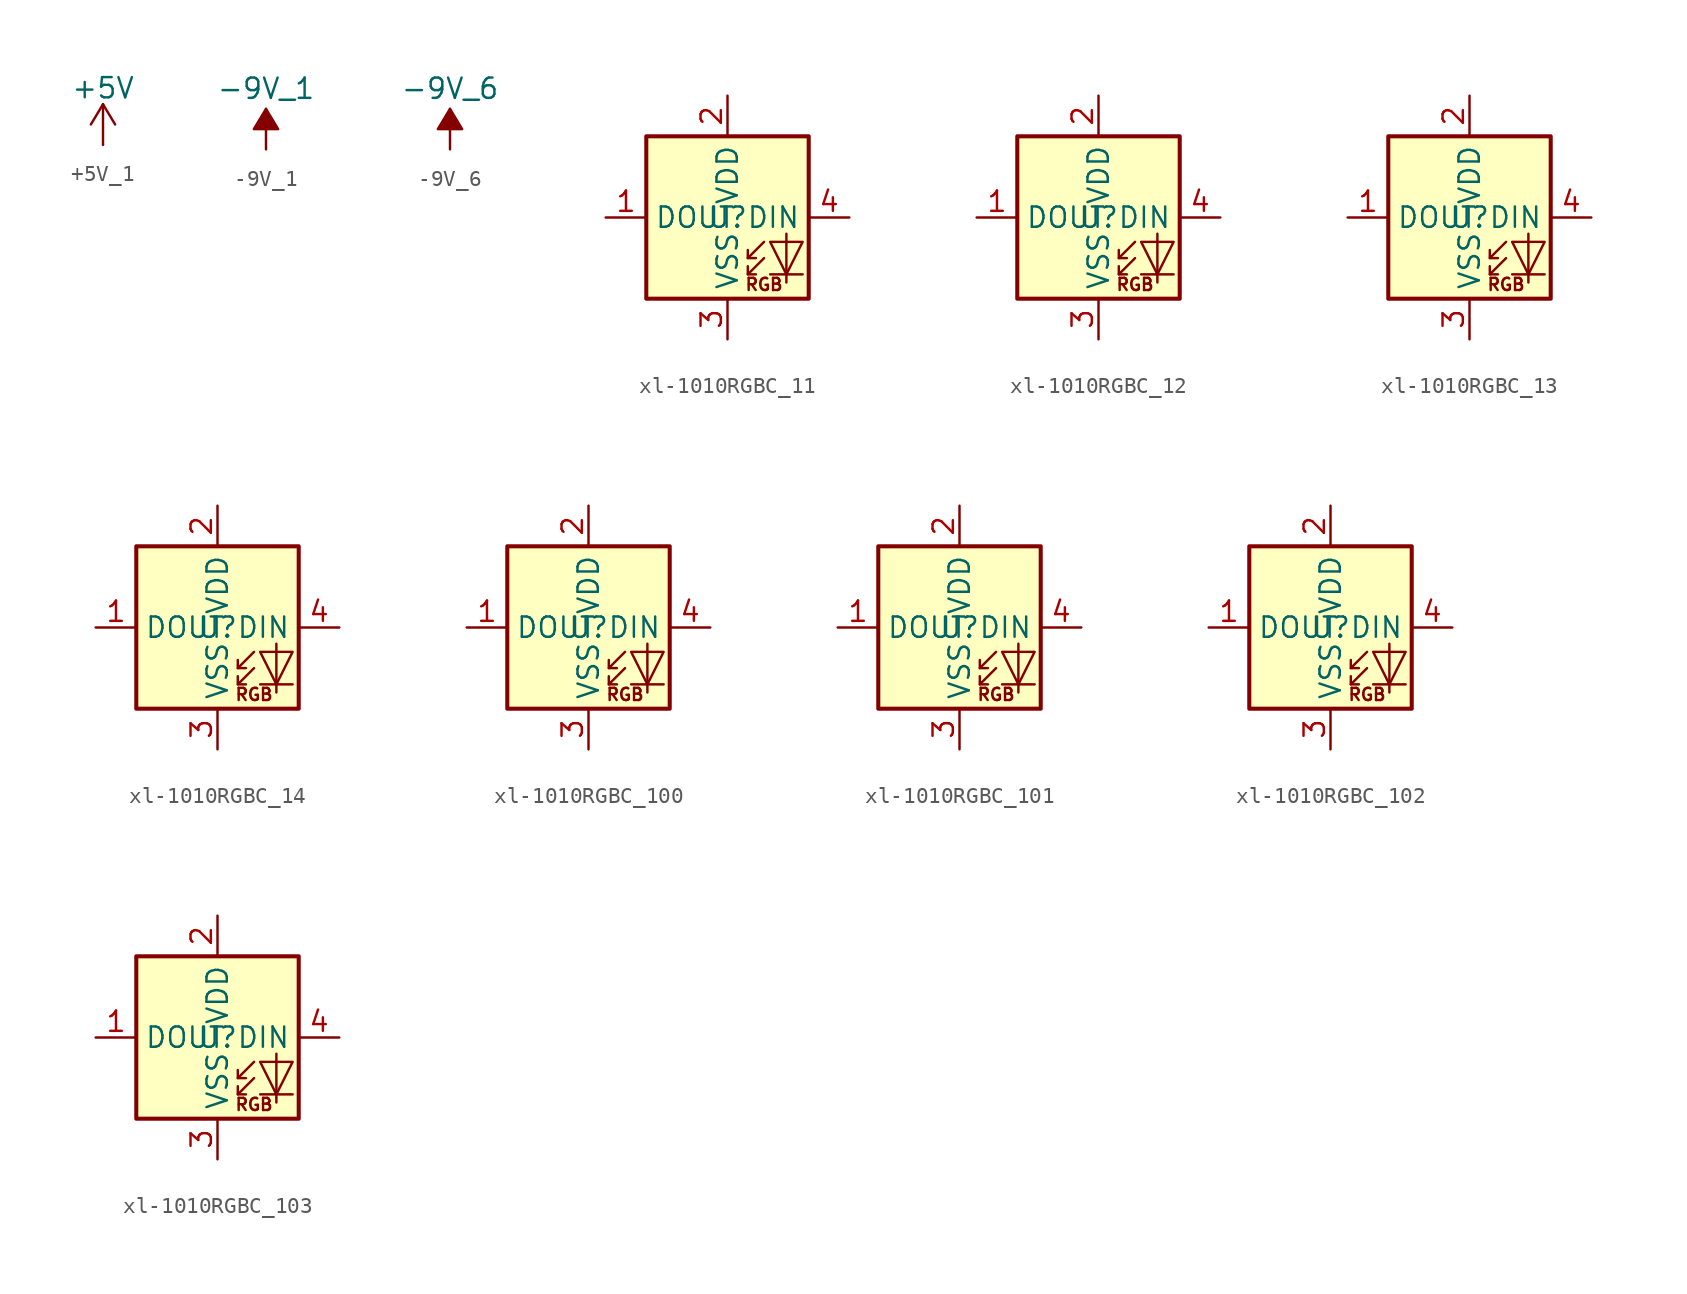
<source format=kicad_sym>
(kicad_symbol_lib
  (version 20231120)
  (generator "kicad_symbol_editor")
  (generator_version "8.0")
  (symbol "+5V_1"
    (power)
    (pin_numbers hide)
    (pin_names
      (offset 0) hide)
    (property "Reference" "#PWR"
      (at 0 -3.81 0)
      (effects (font (size 1.27 1.27)) (hide yes)))
    (property "Value" "+5V"
      (at 0 3.556 0)
      (effects (font (size 1.27 1.27))))
    (symbol "+5V_1_0_1"
      (polyline (pts (xy -0.762 1.27) (xy 0 2.54)) (stroke (width 0) (type default)) (fill (type none)))
      (polyline (pts (xy 0 0) (xy 0 2.54)) (stroke (width 0) (type default)) (fill (type none)))
      (polyline (pts (xy 0 2.54) (xy 0.762 1.27)) (stroke (width 0) (type default)) (fill (type none))))
    (symbol "+5V_1_1_1"
      (pin power_in line (at 0 0 90) (length 0) (name "~" (effects (font (size 1.27 1.27)))) (number "1" (effects (font (size 1.27 1.27)))))))
  (symbol "-9V_1"
    (power)
    (pin_names
      (offset 0))
    (property "Reference" "#PWR"
      (at 0 -3.175 0)
      (effects (font (size 1.27 1.27)) (hide yes)))
    (property "Value" "-9V_1"
      (at 0 3.81 0)
      (effects (font (size 1.27 1.27))))
    (symbol "-9V_1_0_1"
      (polyline (pts (xy 0 0) (xy 0 2.54)) (stroke (width 0) (type default)) (fill (type none)))
      (polyline (pts (xy 0.762 1.27) (xy -0.762 1.27) (xy 0 2.54) (xy 0.762 1.27)) (stroke (width 0) (type default)) (fill (type outline))))
    (symbol "-9V_1_1_1"
      (pin power_in line (at 0 0 90) (length 0) hide (name "-9V" (effects (font (size 1.27 1.27)))) (number "1" (effects (font (size 1.27 1.27)))))))
  (symbol "-9V_6"
    (power)
    (pin_names
      (offset 0))
    (property "Reference" "#PWR"
      (at 0 -3.175 0)
      (effects (font (size 1.27 1.27)) (hide yes)))
    (property "Value" "-9V_6"
      (at 0 3.81 0)
      (effects (font (size 1.27 1.27))))
    (symbol "-9V_6_0_1"
      (polyline (pts (xy 0 0) (xy 0 2.54)) (stroke (width 0) (type default)) (fill (type none)))
      (polyline (pts (xy 0.762 1.27) (xy -0.762 1.27) (xy 0 2.54) (xy 0.762 1.27)) (stroke (width 0) (type default)) (fill (type outline))))
    (symbol "-9V_6_1_1"
      (pin power_in line (at 0 0 90) (length 0) hide (name "-9V" (effects (font (size 1.27 1.27)))) (number "1" (effects (font (size 1.27 1.27)))))))
  (symbol "xl-1010RGBC_11"
    (property "Reference" "U"
      (at 0 0 0)
      (effects (font (size 1.27 1.27))))
    (property "Value" ""
      (at 0 0 0)
      (effects (font (size 1.27 1.27))))
    (symbol "xl-1010RGBC_11_0_0"
      (text "RGB" (at 2.286 -4.191 0) (effects (font (size 0.762 0.762)))))
    (symbol "xl-1010RGBC_11_0_1"
      (polyline (pts (xy 1.27 -3.556) (xy 1.778 -3.556)) (stroke (width 0) (type default)) (fill (type none)))
      (polyline (pts (xy 1.27 -2.54) (xy 1.778 -2.54)) (stroke (width 0) (type default)) (fill (type none)))
      (polyline (pts (xy 4.699 -3.556) (xy 2.667 -3.556)) (stroke (width 0) (type default)) (fill (type none)))
      (polyline (pts (xy 2.286 -2.54) (xy 1.27 -3.556) (xy 1.27 -3.048)) (stroke (width 0) (type default)) (fill (type none)))
      (polyline (pts (xy 2.286 -1.524) (xy 1.27 -2.54) (xy 1.27 -2.032)) (stroke (width 0) (type default)) (fill (type none)))
      (polyline (pts (xy 3.683 -1.016) (xy 3.683 -3.556) (xy 3.683 -4.064)) (stroke (width 0) (type default)) (fill (type none)))
      (polyline (pts (xy 4.699 -1.524) (xy 2.667 -1.524) (xy 3.683 -3.556) (xy 4.699 -1.524)) (stroke (width 0) (type default)) (fill (type none)))
      (rectangle (start 5.08 5.08) (end -5.08 -5.08) (stroke (width 0.254) (type default)) (fill (type background))))
    (symbol "xl-1010RGBC_11_1_1"
      (pin output line (at -7.62 0 0) (length 2.54) (name "DOUT" (effects (font (size 1.27 1.27)))) (number "1" (effects (font (size 1.27 1.27)))))
      (pin power_in line (at 0 7.62 270) (length 2.54) (name "VDD" (effects (font (size 1.27 1.27)))) (number "2" (effects (font (size 1.27 1.27)))))
      (pin power_in line (at 0 -7.62 90) (length 2.54) (name "VSS" (effects (font (size 1.27 1.27)))) (number "3" (effects (font (size 1.27 1.27)))))
      (pin input line (at 7.62 0 180) (length 2.54) (name "DIN" (effects (font (size 1.27 1.27)))) (number "4" (effects (font (size 1.27 1.27)))))))
  (symbol "xl-1010RGBC_12"
    (property "Reference" "U"
      (at 0 0 0)
      (effects (font (size 1.27 1.27))))
    (property "Value" ""
      (at 0 0 0)
      (effects (font (size 1.27 1.27))))
    (symbol "xl-1010RGBC_12_0_0"
      (text "RGB" (at 2.286 -4.191 0) (effects (font (size 0.762 0.762)))))
    (symbol "xl-1010RGBC_12_0_1"
      (polyline (pts (xy 1.27 -3.556) (xy 1.778 -3.556)) (stroke (width 0) (type default)) (fill (type none)))
      (polyline (pts (xy 1.27 -2.54) (xy 1.778 -2.54)) (stroke (width 0) (type default)) (fill (type none)))
      (polyline (pts (xy 4.699 -3.556) (xy 2.667 -3.556)) (stroke (width 0) (type default)) (fill (type none)))
      (polyline (pts (xy 2.286 -2.54) (xy 1.27 -3.556) (xy 1.27 -3.048)) (stroke (width 0) (type default)) (fill (type none)))
      (polyline (pts (xy 2.286 -1.524) (xy 1.27 -2.54) (xy 1.27 -2.032)) (stroke (width 0) (type default)) (fill (type none)))
      (polyline (pts (xy 3.683 -1.016) (xy 3.683 -3.556) (xy 3.683 -4.064)) (stroke (width 0) (type default)) (fill (type none)))
      (polyline (pts (xy 4.699 -1.524) (xy 2.667 -1.524) (xy 3.683 -3.556) (xy 4.699 -1.524)) (stroke (width 0) (type default)) (fill (type none)))
      (rectangle (start 5.08 5.08) (end -5.08 -5.08) (stroke (width 0.254) (type default)) (fill (type background))))
    (symbol "xl-1010RGBC_12_1_1"
      (pin output line (at -7.62 0 0) (length 2.54) (name "DOUT" (effects (font (size 1.27 1.27)))) (number "1" (effects (font (size 1.27 1.27)))))
      (pin power_in line (at 0 7.62 270) (length 2.54) (name "VDD" (effects (font (size 1.27 1.27)))) (number "2" (effects (font (size 1.27 1.27)))))
      (pin power_in line (at 0 -7.62 90) (length 2.54) (name "VSS" (effects (font (size 1.27 1.27)))) (number "3" (effects (font (size 1.27 1.27)))))
      (pin input line (at 7.62 0 180) (length 2.54) (name "DIN" (effects (font (size 1.27 1.27)))) (number "4" (effects (font (size 1.27 1.27)))))))
  (symbol "xl-1010RGBC_13"
    (property "Reference" "U"
      (at 0 0 0)
      (effects (font (size 1.27 1.27))))
    (property "Value" ""
      (at 0 0 0)
      (effects (font (size 1.27 1.27))))
    (symbol "xl-1010RGBC_13_0_0"
      (text "RGB" (at 2.286 -4.191 0) (effects (font (size 0.762 0.762)))))
    (symbol "xl-1010RGBC_13_0_1"
      (polyline (pts (xy 1.27 -3.556) (xy 1.778 -3.556)) (stroke (width 0) (type default)) (fill (type none)))
      (polyline (pts (xy 1.27 -2.54) (xy 1.778 -2.54)) (stroke (width 0) (type default)) (fill (type none)))
      (polyline (pts (xy 4.699 -3.556) (xy 2.667 -3.556)) (stroke (width 0) (type default)) (fill (type none)))
      (polyline (pts (xy 2.286 -2.54) (xy 1.27 -3.556) (xy 1.27 -3.048)) (stroke (width 0) (type default)) (fill (type none)))
      (polyline (pts (xy 2.286 -1.524) (xy 1.27 -2.54) (xy 1.27 -2.032)) (stroke (width 0) (type default)) (fill (type none)))
      (polyline (pts (xy 3.683 -1.016) (xy 3.683 -3.556) (xy 3.683 -4.064)) (stroke (width 0) (type default)) (fill (type none)))
      (polyline (pts (xy 4.699 -1.524) (xy 2.667 -1.524) (xy 3.683 -3.556) (xy 4.699 -1.524)) (stroke (width 0) (type default)) (fill (type none)))
      (rectangle (start 5.08 5.08) (end -5.08 -5.08) (stroke (width 0.254) (type default)) (fill (type background))))
    (symbol "xl-1010RGBC_13_1_1"
      (pin output line (at -7.62 0 0) (length 2.54) (name "DOUT" (effects (font (size 1.27 1.27)))) (number "1" (effects (font (size 1.27 1.27)))))
      (pin power_in line (at 0 7.62 270) (length 2.54) (name "VDD" (effects (font (size 1.27 1.27)))) (number "2" (effects (font (size 1.27 1.27)))))
      (pin power_in line (at 0 -7.62 90) (length 2.54) (name "VSS" (effects (font (size 1.27 1.27)))) (number "3" (effects (font (size 1.27 1.27)))))
      (pin input line (at 7.62 0 180) (length 2.54) (name "DIN" (effects (font (size 1.27 1.27)))) (number "4" (effects (font (size 1.27 1.27)))))))
  (symbol "xl-1010RGBC_14"
    (property "Reference" "U"
      (at 0 0 0)
      (effects (font (size 1.27 1.27))))
    (property "Value" ""
      (at 0 0 0)
      (effects (font (size 1.27 1.27))))
    (symbol "xl-1010RGBC_14_0_0"
      (text "RGB" (at 2.286 -4.191 0) (effects (font (size 0.762 0.762)))))
    (symbol "xl-1010RGBC_14_0_1"
      (polyline (pts (xy 1.27 -3.556) (xy 1.778 -3.556)) (stroke (width 0) (type default)) (fill (type none)))
      (polyline (pts (xy 1.27 -2.54) (xy 1.778 -2.54)) (stroke (width 0) (type default)) (fill (type none)))
      (polyline (pts (xy 4.699 -3.556) (xy 2.667 -3.556)) (stroke (width 0) (type default)) (fill (type none)))
      (polyline (pts (xy 2.286 -2.54) (xy 1.27 -3.556) (xy 1.27 -3.048)) (stroke (width 0) (type default)) (fill (type none)))
      (polyline (pts (xy 2.286 -1.524) (xy 1.27 -2.54) (xy 1.27 -2.032)) (stroke (width 0) (type default)) (fill (type none)))
      (polyline (pts (xy 3.683 -1.016) (xy 3.683 -3.556) (xy 3.683 -4.064)) (stroke (width 0) (type default)) (fill (type none)))
      (polyline (pts (xy 4.699 -1.524) (xy 2.667 -1.524) (xy 3.683 -3.556) (xy 4.699 -1.524)) (stroke (width 0) (type default)) (fill (type none)))
      (rectangle (start 5.08 5.08) (end -5.08 -5.08) (stroke (width 0.254) (type default)) (fill (type background))))
    (symbol "xl-1010RGBC_14_1_1"
      (pin output line (at -7.62 0 0) (length 2.54) (name "DOUT" (effects (font (size 1.27 1.27)))) (number "1" (effects (font (size 1.27 1.27)))))
      (pin power_in line (at 0 7.62 270) (length 2.54) (name "VDD" (effects (font (size 1.27 1.27)))) (number "2" (effects (font (size 1.27 1.27)))))
      (pin power_in line (at 0 -7.62 90) (length 2.54) (name "VSS" (effects (font (size 1.27 1.27)))) (number "3" (effects (font (size 1.27 1.27)))))
      (pin input line (at 7.62 0 180) (length 2.54) (name "DIN" (effects (font (size 1.27 1.27)))) (number "4" (effects (font (size 1.27 1.27)))))))
  (symbol "xl-1010RGBC_100"
    (property "Reference" "U"
      (at 0 0 0)
      (effects (font (size 1.27 1.27))))
    (property "Value" ""
      (at 0 0 0)
      (effects (font (size 1.27 1.27))))
    (symbol "xl-1010RGBC_100_0_0"
      (text "RGB" (at 2.286 -4.191 0) (effects (font (size 0.762 0.762)))))
    (symbol "xl-1010RGBC_100_0_1"
      (polyline (pts (xy 1.27 -3.556) (xy 1.778 -3.556)) (stroke (width 0) (type default)) (fill (type none)))
      (polyline (pts (xy 1.27 -2.54) (xy 1.778 -2.54)) (stroke (width 0) (type default)) (fill (type none)))
      (polyline (pts (xy 4.699 -3.556) (xy 2.667 -3.556)) (stroke (width 0) (type default)) (fill (type none)))
      (polyline (pts (xy 2.286 -2.54) (xy 1.27 -3.556) (xy 1.27 -3.048)) (stroke (width 0) (type default)) (fill (type none)))
      (polyline (pts (xy 2.286 -1.524) (xy 1.27 -2.54) (xy 1.27 -2.032)) (stroke (width 0) (type default)) (fill (type none)))
      (polyline (pts (xy 3.683 -1.016) (xy 3.683 -3.556) (xy 3.683 -4.064)) (stroke (width 0) (type default)) (fill (type none)))
      (polyline (pts (xy 4.699 -1.524) (xy 2.667 -1.524) (xy 3.683 -3.556) (xy 4.699 -1.524)) (stroke (width 0) (type default)) (fill (type none)))
      (rectangle (start 5.08 5.08) (end -5.08 -5.08) (stroke (width 0.254) (type default)) (fill (type background))))
    (symbol "xl-1010RGBC_100_1_1"
      (pin output line (at -7.62 0 0) (length 2.54) (name "DOUT" (effects (font (size 1.27 1.27)))) (number "1" (effects (font (size 1.27 1.27)))))
      (pin power_in line (at 0 7.62 270) (length 2.54) (name "VDD" (effects (font (size 1.27 1.27)))) (number "2" (effects (font (size 1.27 1.27)))))
      (pin power_in line (at 0 -7.62 90) (length 2.54) (name "VSS" (effects (font (size 1.27 1.27)))) (number "3" (effects (font (size 1.27 1.27)))))
      (pin input line (at 7.62 0 180) (length 2.54) (name "DIN" (effects (font (size 1.27 1.27)))) (number "4" (effects (font (size 1.27 1.27)))))))
  (symbol "xl-1010RGBC_101"
    (property "Reference" "U"
      (at 0 0 0)
      (effects (font (size 1.27 1.27))))
    (property "Value" ""
      (at 0 0 0)
      (effects (font (size 1.27 1.27))))
    (symbol "xl-1010RGBC_101_0_0"
      (text "RGB" (at 2.286 -4.191 0) (effects (font (size 0.762 0.762)))))
    (symbol "xl-1010RGBC_101_0_1"
      (polyline (pts (xy 1.27 -3.556) (xy 1.778 -3.556)) (stroke (width 0) (type default)) (fill (type none)))
      (polyline (pts (xy 1.27 -2.54) (xy 1.778 -2.54)) (stroke (width 0) (type default)) (fill (type none)))
      (polyline (pts (xy 4.699 -3.556) (xy 2.667 -3.556)) (stroke (width 0) (type default)) (fill (type none)))
      (polyline (pts (xy 2.286 -2.54) (xy 1.27 -3.556) (xy 1.27 -3.048)) (stroke (width 0) (type default)) (fill (type none)))
      (polyline (pts (xy 2.286 -1.524) (xy 1.27 -2.54) (xy 1.27 -2.032)) (stroke (width 0) (type default)) (fill (type none)))
      (polyline (pts (xy 3.683 -1.016) (xy 3.683 -3.556) (xy 3.683 -4.064)) (stroke (width 0) (type default)) (fill (type none)))
      (polyline (pts (xy 4.699 -1.524) (xy 2.667 -1.524) (xy 3.683 -3.556) (xy 4.699 -1.524)) (stroke (width 0) (type default)) (fill (type none)))
      (rectangle (start 5.08 5.08) (end -5.08 -5.08) (stroke (width 0.254) (type default)) (fill (type background))))
    (symbol "xl-1010RGBC_101_1_1"
      (pin output line (at -7.62 0 0) (length 2.54) (name "DOUT" (effects (font (size 1.27 1.27)))) (number "1" (effects (font (size 1.27 1.27)))))
      (pin power_in line (at 0 7.62 270) (length 2.54) (name "VDD" (effects (font (size 1.27 1.27)))) (number "2" (effects (font (size 1.27 1.27)))))
      (pin power_in line (at 0 -7.62 90) (length 2.54) (name "VSS" (effects (font (size 1.27 1.27)))) (number "3" (effects (font (size 1.27 1.27)))))
      (pin input line (at 7.62 0 180) (length 2.54) (name "DIN" (effects (font (size 1.27 1.27)))) (number "4" (effects (font (size 1.27 1.27)))))))
  (symbol "xl-1010RGBC_102"
    (property "Reference" "U"
      (at 0 0 0)
      (effects (font (size 1.27 1.27))))
    (property "Value" ""
      (at 0 0 0)
      (effects (font (size 1.27 1.27))))
    (symbol "xl-1010RGBC_102_0_0"
      (text "RGB" (at 2.286 -4.191 0) (effects (font (size 0.762 0.762)))))
    (symbol "xl-1010RGBC_102_0_1"
      (polyline (pts (xy 1.27 -3.556) (xy 1.778 -3.556)) (stroke (width 0) (type default)) (fill (type none)))
      (polyline (pts (xy 1.27 -2.54) (xy 1.778 -2.54)) (stroke (width 0) (type default)) (fill (type none)))
      (polyline (pts (xy 4.699 -3.556) (xy 2.667 -3.556)) (stroke (width 0) (type default)) (fill (type none)))
      (polyline (pts (xy 2.286 -2.54) (xy 1.27 -3.556) (xy 1.27 -3.048)) (stroke (width 0) (type default)) (fill (type none)))
      (polyline (pts (xy 2.286 -1.524) (xy 1.27 -2.54) (xy 1.27 -2.032)) (stroke (width 0) (type default)) (fill (type none)))
      (polyline (pts (xy 3.683 -1.016) (xy 3.683 -3.556) (xy 3.683 -4.064)) (stroke (width 0) (type default)) (fill (type none)))
      (polyline (pts (xy 4.699 -1.524) (xy 2.667 -1.524) (xy 3.683 -3.556) (xy 4.699 -1.524)) (stroke (width 0) (type default)) (fill (type none)))
      (rectangle (start 5.08 5.08) (end -5.08 -5.08) (stroke (width 0.254) (type default)) (fill (type background))))
    (symbol "xl-1010RGBC_102_1_1"
      (pin output line (at -7.62 0 0) (length 2.54) (name "DOUT" (effects (font (size 1.27 1.27)))) (number "1" (effects (font (size 1.27 1.27)))))
      (pin power_in line (at 0 7.62 270) (length 2.54) (name "VDD" (effects (font (size 1.27 1.27)))) (number "2" (effects (font (size 1.27 1.27)))))
      (pin power_in line (at 0 -7.62 90) (length 2.54) (name "VSS" (effects (font (size 1.27 1.27)))) (number "3" (effects (font (size 1.27 1.27)))))
      (pin input line (at 7.62 0 180) (length 2.54) (name "DIN" (effects (font (size 1.27 1.27)))) (number "4" (effects (font (size 1.27 1.27)))))))
  (symbol "xl-1010RGBC_103"
    (property "Reference" "U"
      (at 0 0 0)
      (effects (font (size 1.27 1.27))))
    (property "Value" ""
      (at 0 0 0)
      (effects (font (size 1.27 1.27))))
    (symbol "xl-1010RGBC_103_0_0"
      (text "RGB" (at 2.286 -4.191 0) (effects (font (size 0.762 0.762)))))
    (symbol "xl-1010RGBC_103_0_1"
      (polyline (pts (xy 1.27 -3.556) (xy 1.778 -3.556)) (stroke (width 0) (type default)) (fill (type none)))
      (polyline (pts (xy 1.27 -2.54) (xy 1.778 -2.54)) (stroke (width 0) (type default)) (fill (type none)))
      (polyline (pts (xy 4.699 -3.556) (xy 2.667 -3.556)) (stroke (width 0) (type default)) (fill (type none)))
      (polyline (pts (xy 2.286 -2.54) (xy 1.27 -3.556) (xy 1.27 -3.048)) (stroke (width 0) (type default)) (fill (type none)))
      (polyline (pts (xy 2.286 -1.524) (xy 1.27 -2.54) (xy 1.27 -2.032)) (stroke (width 0) (type default)) (fill (type none)))
      (polyline (pts (xy 3.683 -1.016) (xy 3.683 -3.556) (xy 3.683 -4.064)) (stroke (width 0) (type default)) (fill (type none)))
      (polyline (pts (xy 4.699 -1.524) (xy 2.667 -1.524) (xy 3.683 -3.556) (xy 4.699 -1.524)) (stroke (width 0) (type default)) (fill (type none)))
      (rectangle (start 5.08 5.08) (end -5.08 -5.08) (stroke (width 0.254) (type default)) (fill (type background))))
    (symbol "xl-1010RGBC_103_1_1"
      (pin output line (at -7.62 0 0) (length 2.54) (name "DOUT" (effects (font (size 1.27 1.27)))) (number "1" (effects (font (size 1.27 1.27)))))
      (pin power_in line (at 0 7.62 270) (length 2.54) (name "VDD" (effects (font (size 1.27 1.27)))) (number "2" (effects (font (size 1.27 1.27)))))
      (pin power_in line (at 0 -7.62 90) (length 2.54) (name "VSS" (effects (font (size 1.27 1.27)))) (number "3" (effects (font (size 1.27 1.27)))))
      (pin input line (at 7.62 0 180) (length 2.54) (name "DIN" (effects (font (size 1.27 1.27)))) (number "4" (effects (font (size 1.27 1.27))))))))
</source>
